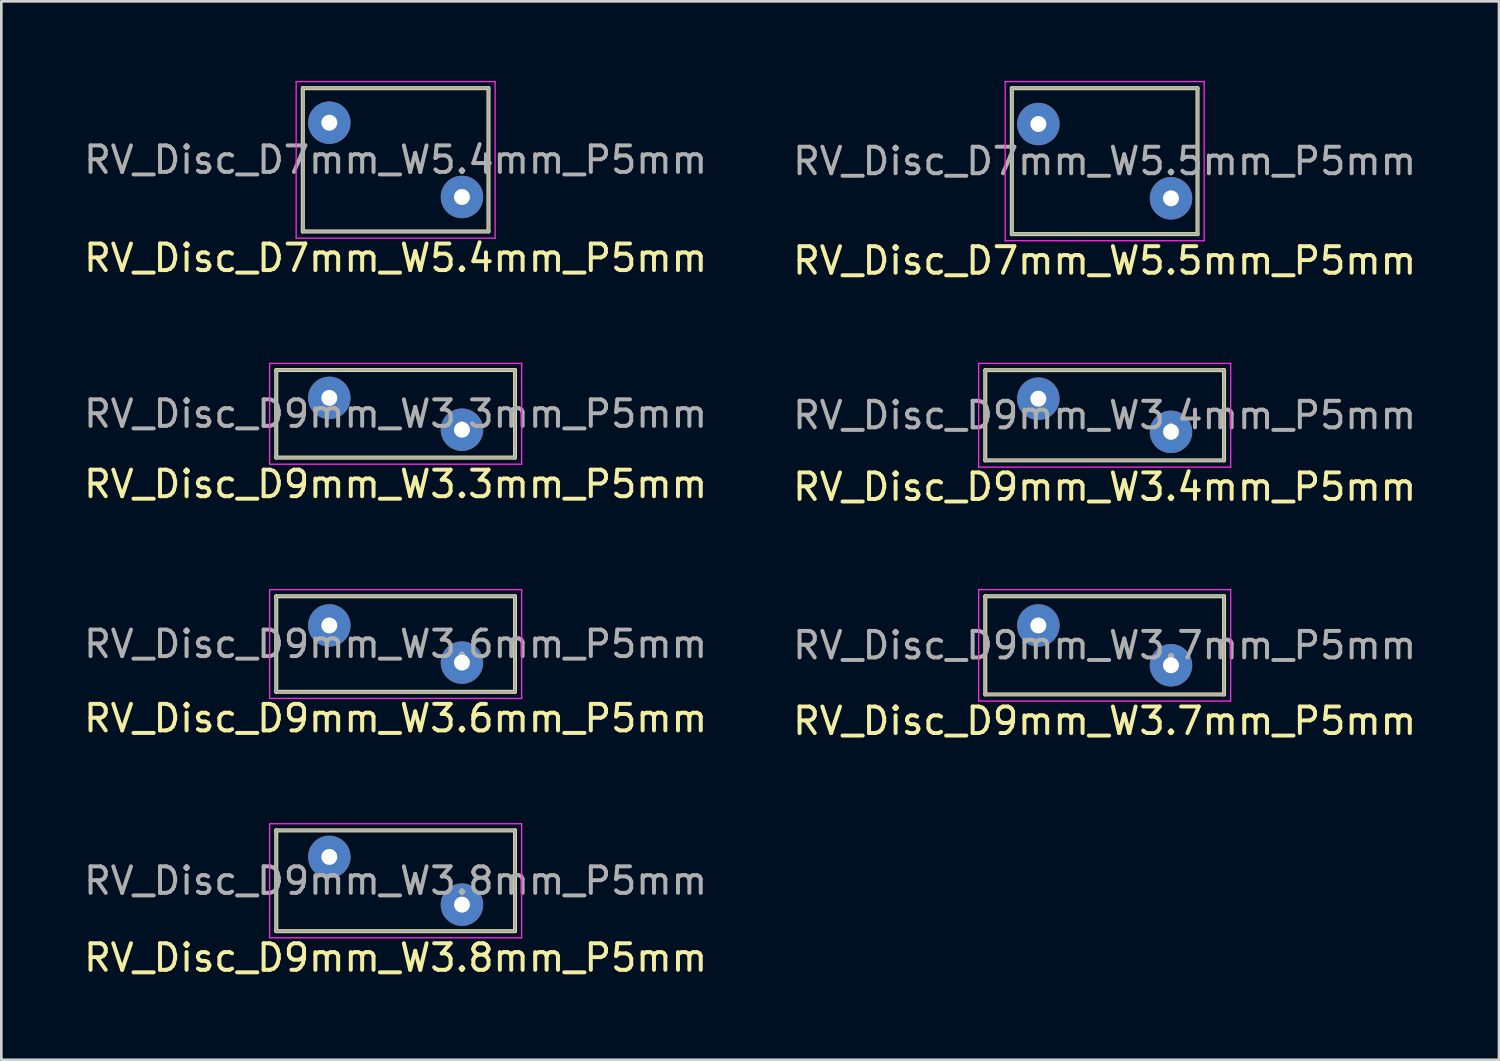
<source format=kicad_pcb>
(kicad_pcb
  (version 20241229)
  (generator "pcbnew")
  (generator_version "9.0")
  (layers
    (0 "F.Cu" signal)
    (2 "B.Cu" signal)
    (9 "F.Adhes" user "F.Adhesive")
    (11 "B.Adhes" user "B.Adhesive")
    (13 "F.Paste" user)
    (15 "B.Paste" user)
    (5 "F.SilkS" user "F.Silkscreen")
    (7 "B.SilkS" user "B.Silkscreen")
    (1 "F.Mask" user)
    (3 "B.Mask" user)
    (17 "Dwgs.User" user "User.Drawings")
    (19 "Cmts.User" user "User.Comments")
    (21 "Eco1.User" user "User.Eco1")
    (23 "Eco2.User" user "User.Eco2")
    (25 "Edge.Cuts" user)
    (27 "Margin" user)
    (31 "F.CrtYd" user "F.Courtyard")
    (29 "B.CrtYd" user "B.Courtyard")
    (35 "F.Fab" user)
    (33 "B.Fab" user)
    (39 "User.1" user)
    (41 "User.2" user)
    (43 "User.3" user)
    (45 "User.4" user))
  (footprint "RV_Disc_D9mm_W3.6mm_P5mm"
    (layer "F.Cu")
    (at 9.363 20.526)
    (property "Reference" "RV_Disc_D9mm_W3.6mm_P5mm" (at 2.5 3.5 0) (layer "F.SilkS") (effects (font (size 1 1) (thickness 0.15))))
    (attr through_hole)
    (fp_line (start -2 -1.1) (end -2 2.5) (stroke (width 0.15) (type solid)) (layer "F.SilkS"))
    (fp_line (start -2 -1.1) (end 7 -1.1) (stroke (width 0.15) (type solid)) (layer "F.SilkS"))
    (fp_line (start -2 2.5) (end 7 2.5) (stroke (width 0.15) (type solid)) (layer "F.SilkS"))
    (fp_line (start 7 -1.1) (end 7 2.5) (stroke (width 0.15) (type solid)) (layer "F.SilkS"))
    (fp_line (start -2.25 -1.35) (end -2.25 2.75) (stroke (width 0.05) (type solid)) (layer "F.CrtYd"))
    (fp_line (start -2.25 -1.35) (end 7.25 -1.35) (stroke (width 0.05) (type solid)) (layer "F.CrtYd"))
    (fp_line (start -2.25 2.75) (end 7.25 2.75) (stroke (width 0.05) (type solid)) (layer "F.CrtYd"))
    (fp_line (start 7.25 -1.35) (end 7.25 2.75) (stroke (width 0.05) (type solid)) (layer "F.CrtYd"))
    (fp_line (start -2 -1.1) (end -2 2.5) (stroke (width 0.1) (type solid)) (layer "F.Fab"))
    (fp_line (start -2 -1.1) (end 7 -1.1) (stroke (width 0.1) (type solid)) (layer "F.Fab"))
    (fp_line (start -2 2.5) (end 7 2.5) (stroke (width 0.1) (type solid)) (layer "F.Fab"))
    (fp_line (start 7 -1.1) (end 7 2.5) (stroke (width 0.1) (type solid)) (layer "F.Fab"))
    (fp_text user "${REFERENCE}" (at 2.5 0.7 0) (layer "F.Fab") (effects (font (size 1 1) (thickness 0.15))))
    (pad "1" thru_hole circle (at 0 0) (size 1.6 1.6) (drill 0.6) (layers "*.Cu" "*.Mask"))
    (pad "2" thru_hole circle (at 5 1.4) (size 1.6 1.6) (drill 0.6) (layers "*.Cu" "*.Mask")))
  (footprint "RV_Disc_D9mm_W3.8mm_P5mm"
    (layer "F.Cu")
    (at 9.363 29.25)
    (property "Reference" "RV_Disc_D9mm_W3.8mm_P5mm" (at 2.5 3.8 0) (layer "F.SilkS") (effects (font (size 1 1) (thickness 0.15))))
    (attr through_hole)
    (fp_line (start -2 -1) (end -2 2.8) (stroke (width 0.15) (type solid)) (layer "F.SilkS"))
    (fp_line (start -2 -1) (end 7 -1) (stroke (width 0.15) (type solid)) (layer "F.SilkS"))
    (fp_line (start -2 2.8) (end 7 2.8) (stroke (width 0.15) (type solid)) (layer "F.SilkS"))
    (fp_line (start 7 -1) (end 7 2.8) (stroke (width 0.15) (type solid)) (layer "F.SilkS"))
    (fp_line (start -2.25 -1.25) (end -2.25 3.05) (stroke (width 0.05) (type solid)) (layer "F.CrtYd"))
    (fp_line (start -2.25 -1.25) (end 7.25 -1.25) (stroke (width 0.05) (type solid)) (layer "F.CrtYd"))
    (fp_line (start -2.25 3.05) (end 7.25 3.05) (stroke (width 0.05) (type solid)) (layer "F.CrtYd"))
    (fp_line (start 7.25 -1.25) (end 7.25 3.05) (stroke (width 0.05) (type solid)) (layer "F.CrtYd"))
    (fp_line (start -2 -1) (end -2 2.8) (stroke (width 0.1) (type solid)) (layer "F.Fab"))
    (fp_line (start -2 -1) (end 7 -1) (stroke (width 0.1) (type solid)) (layer "F.Fab"))
    (fp_line (start -2 2.8) (end 7 2.8) (stroke (width 0.1) (type solid)) (layer "F.Fab"))
    (fp_line (start 7 -1) (end 7 2.8) (stroke (width 0.1) (type solid)) (layer "F.Fab"))
    (fp_text user "${REFERENCE}" (at 2.5 0.9 0) (layer "F.Fab") (effects (font (size 1 1) (thickness 0.15))))
    (pad "1" thru_hole circle (at 0 0) (size 1.6 1.6) (drill 0.6) (layers "*.Cu" "*.Mask"))
    (pad "2" thru_hole circle (at 5 1.8) (size 1.6 1.6) (drill 0.6) (layers "*.Cu" "*.Mask")))
  (footprint "RV_Disc_D9mm_W3.7mm_P5mm"
    (layer "F.Cu")
    (at 36.089 20.526)
    (property "Reference" "RV_Disc_D9mm_W3.7mm_P5mm" (at 2.5 3.6 0) (layer "F.SilkS") (effects (font (size 1 1) (thickness 0.15))))
    (attr through_hole)
    (fp_line (start -2 -1.1) (end -2 2.6) (stroke (width 0.15) (type solid)) (layer "F.SilkS"))
    (fp_line (start -2 -1.1) (end 7 -1.1) (stroke (width 0.15) (type solid)) (layer "F.SilkS"))
    (fp_line (start -2 2.6) (end 7 2.6) (stroke (width 0.15) (type solid)) (layer "F.SilkS"))
    (fp_line (start 7 -1.1) (end 7 2.6) (stroke (width 0.15) (type solid)) (layer "F.SilkS"))
    (fp_line (start -2.25 -1.35) (end -2.25 2.85) (stroke (width 0.05) (type solid)) (layer "F.CrtYd"))
    (fp_line (start -2.25 -1.35) (end 7.25 -1.35) (stroke (width 0.05) (type solid)) (layer "F.CrtYd"))
    (fp_line (start -2.25 2.85) (end 7.25 2.85) (stroke (width 0.05) (type solid)) (layer "F.CrtYd"))
    (fp_line (start 7.25 -1.35) (end 7.25 2.85) (stroke (width 0.05) (type solid)) (layer "F.CrtYd"))
    (fp_line (start -2 -1.1) (end -2 2.6) (stroke (width 0.1) (type solid)) (layer "F.Fab"))
    (fp_line (start -2 -1.1) (end 7 -1.1) (stroke (width 0.1) (type solid)) (layer "F.Fab"))
    (fp_line (start -2 2.6) (end 7 2.6) (stroke (width 0.1) (type solid)) (layer "F.Fab"))
    (fp_line (start 7 -1.1) (end 7 2.6) (stroke (width 0.1) (type solid)) (layer "F.Fab"))
    (fp_text user "${REFERENCE}" (at 2.5 0.75 0) (layer "F.Fab") (effects (font (size 1 1) (thickness 0.15))))
    (pad "1" thru_hole circle (at 0 0) (size 1.6 1.6) (drill 0.6) (layers "*.Cu" "*.Mask"))
    (pad "2" thru_hole circle (at 5 1.5) (size 1.6 1.6) (drill 0.6) (layers "*.Cu" "*.Mask")))
  (footprint "RV_Disc_D9mm_W3.3mm_P5mm"
    (layer "F.Cu")
    (at 9.363 11.948)
    (property "Reference" "RV_Disc_D9mm_W3.3mm_P5mm" (at 2.5 3.25 0) (layer "F.SilkS") (effects (font (size 1 1) (thickness 0.15))))
    (attr through_hole)
    (fp_line (start -2 -1.05) (end -2 2.25) (stroke (width 0.15) (type solid)) (layer "F.SilkS"))
    (fp_line (start -2 -1.05) (end 7 -1.05) (stroke (width 0.15) (type solid)) (layer "F.SilkS"))
    (fp_line (start -2 2.25) (end 7 2.25) (stroke (width 0.15) (type solid)) (layer "F.SilkS"))
    (fp_line (start 7 -1.05) (end 7 2.25) (stroke (width 0.15) (type solid)) (layer "F.SilkS"))
    (fp_line (start -2.25 -1.3) (end -2.25 2.5) (stroke (width 0.05) (type solid)) (layer "F.CrtYd"))
    (fp_line (start -2.25 -1.3) (end 7.25 -1.3) (stroke (width 0.05) (type solid)) (layer "F.CrtYd"))
    (fp_line (start -2.25 2.5) (end 7.25 2.5) (stroke (width 0.05) (type solid)) (layer "F.CrtYd"))
    (fp_line (start 7.25 -1.3) (end 7.25 2.5) (stroke (width 0.05) (type solid)) (layer "F.CrtYd"))
    (fp_line (start -2 -1.05) (end -2 2.25) (stroke (width 0.1) (type solid)) (layer "F.Fab"))
    (fp_line (start -2 -1.05) (end 7 -1.05) (stroke (width 0.1) (type solid)) (layer "F.Fab"))
    (fp_line (start -2 2.25) (end 7 2.25) (stroke (width 0.1) (type solid)) (layer "F.Fab"))
    (fp_line (start 7 -1.05) (end 7 2.25) (stroke (width 0.1) (type solid)) (layer "F.Fab"))
    (fp_text user "${REFERENCE}" (at 2.5 0.6 0) (layer "F.Fab") (effects (font (size 1 1) (thickness 0.15))))
    (pad "1" thru_hole circle (at 0 0) (size 1.6 1.6) (drill 0.6) (layers "*.Cu" "*.Mask"))
    (pad "2" thru_hole circle (at 5 1.2) (size 1.6 1.6) (drill 0.6) (layers "*.Cu" "*.Mask")))
  (footprint "RV_Disc_D7mm_W5.5mm_P5mm"
    (layer "F.Cu")
    (at 36.089 1.625)
    (property "Reference" "RV_Disc_D7mm_W5.5mm_P5mm" (at 2.5 5.15 0) (layer "F.SilkS") (effects (font (size 1 1) (thickness 0.15))))
    (attr through_hole)
    (fp_line (start -1 -1.35) (end -1 4.15) (stroke (width 0.15) (type solid)) (layer "F.SilkS"))
    (fp_line (start -1 -1.35) (end 6 -1.35) (stroke (width 0.15) (type solid)) (layer "F.SilkS"))
    (fp_line (start -1 4.15) (end 6 4.15) (stroke (width 0.15) (type solid)) (layer "F.SilkS"))
    (fp_line (start 6 -1.35) (end 6 4.15) (stroke (width 0.15) (type solid)) (layer "F.SilkS"))
    (fp_line (start -1.25 -1.6) (end -1.25 4.4) (stroke (width 0.05) (type solid)) (layer "F.CrtYd"))
    (fp_line (start -1.25 -1.6) (end 6.25 -1.6) (stroke (width 0.05) (type solid)) (layer "F.CrtYd"))
    (fp_line (start -1.25 4.4) (end 6.25 4.4) (stroke (width 0.05) (type solid)) (layer "F.CrtYd"))
    (fp_line (start 6.25 -1.6) (end 6.25 4.4) (stroke (width 0.05) (type solid)) (layer "F.CrtYd"))
    (fp_line (start -1 -1.35) (end -1 4.15) (stroke (width 0.1) (type solid)) (layer "F.Fab"))
    (fp_line (start -1 -1.35) (end 6 -1.35) (stroke (width 0.1) (type solid)) (layer "F.Fab"))
    (fp_line (start -1 4.15) (end 6 4.15) (stroke (width 0.1) (type solid)) (layer "F.Fab"))
    (fp_line (start 6 -1.35) (end 6 4.15) (stroke (width 0.1) (type solid)) (layer "F.Fab"))
    (fp_text user "${REFERENCE}" (at 2.5 1.4 0) (layer "F.Fab") (effects (font (size 1 1) (thickness 0.15))))
    (pad "1" thru_hole circle (at 0 0) (size 1.6 1.6) (drill 0.6) (layers "*.Cu" "*.Mask"))
    (pad "2" thru_hole circle (at 5 2.8) (size 1.6 1.6) (drill 0.6) (layers "*.Cu" "*.Mask")))
  (footprint "RV_Disc_D9mm_W3.4mm_P5mm"
    (layer "F.Cu")
    (at 36.089 11.978)
    (property "Reference" "RV_Disc_D9mm_W3.4mm_P5mm" (at 2.5 3.325 0) (layer "F.SilkS") (effects (font (size 1 1) (thickness 0.15))))
    (attr through_hole)
    (fp_line (start -2 -1.075) (end -2 2.325) (stroke (width 0.15) (type solid)) (layer "F.SilkS"))
    (fp_line (start -2 -1.075) (end 7 -1.075) (stroke (width 0.15) (type solid)) (layer "F.SilkS"))
    (fp_line (start -2 2.325) (end 7 2.325) (stroke (width 0.15) (type solid)) (layer "F.SilkS"))
    (fp_line (start 7 -1.075) (end 7 2.325) (stroke (width 0.15) (type solid)) (layer "F.SilkS"))
    (fp_line (start -2.25 -1.33) (end -2.25 2.58) (stroke (width 0.05) (type solid)) (layer "F.CrtYd"))
    (fp_line (start -2.25 -1.33) (end 7.25 -1.33) (stroke (width 0.05) (type solid)) (layer "F.CrtYd"))
    (fp_line (start -2.25 2.58) (end 7.25 2.58) (stroke (width 0.05) (type solid)) (layer "F.CrtYd"))
    (fp_line (start 7.25 -1.33) (end 7.25 2.58) (stroke (width 0.05) (type solid)) (layer "F.CrtYd"))
    (fp_line (start -2 -1.075) (end -2 2.325) (stroke (width 0.1) (type solid)) (layer "F.Fab"))
    (fp_line (start -2 -1.075) (end 7 -1.075) (stroke (width 0.1) (type solid)) (layer "F.Fab"))
    (fp_line (start -2 2.325) (end 7 2.325) (stroke (width 0.1) (type solid)) (layer "F.Fab"))
    (fp_line (start 7 -1.075) (end 7 2.325) (stroke (width 0.1) (type solid)) (layer "F.Fab"))
    (fp_text user "${REFERENCE}" (at 2.5 0.625 0) (layer "F.Fab") (effects (font (size 1 1) (thickness 0.15))))
    (pad "1" thru_hole circle (at 0 0) (size 1.6 1.6) (drill 0.6) (layers "*.Cu" "*.Mask"))
    (pad "2" thru_hole circle (at 5 1.25) (size 1.6 1.6) (drill 0.6) (layers "*.Cu" "*.Mask")))
  (footprint "RV_Disc_D7mm_W5.4mm_P5mm"
    (layer "F.Cu")
    (at 9.363 1.575)
    (property "Reference" "RV_Disc_D7mm_W5.4mm_P5mm" (at 2.5 5.1 0) (layer "F.SilkS") (effects (font (size 1 1) (thickness 0.15))))
    (attr through_hole)
    (fp_line (start -1 -1.3) (end -1 4.1) (stroke (width 0.15) (type solid)) (layer "F.SilkS"))
    (fp_line (start -1 -1.3) (end 6 -1.3) (stroke (width 0.15) (type solid)) (layer "F.SilkS"))
    (fp_line (start -1 4.1) (end 6 4.1) (stroke (width 0.15) (type solid)) (layer "F.SilkS"))
    (fp_line (start 6 -1.3) (end 6 4.1) (stroke (width 0.15) (type solid)) (layer "F.SilkS"))
    (fp_line (start -1.25 -1.55) (end -1.25 4.35) (stroke (width 0.05) (type solid)) (layer "F.CrtYd"))
    (fp_line (start -1.25 -1.55) (end 6.25 -1.55) (stroke (width 0.05) (type solid)) (layer "F.CrtYd"))
    (fp_line (start -1.25 4.35) (end 6.25 4.35) (stroke (width 0.05) (type solid)) (layer "F.CrtYd"))
    (fp_line (start 6.25 -1.55) (end 6.25 4.35) (stroke (width 0.05) (type solid)) (layer "F.CrtYd"))
    (fp_line (start -1 -1.3) (end -1 4.1) (stroke (width 0.1) (type solid)) (layer "F.Fab"))
    (fp_line (start -1 -1.3) (end 6 -1.3) (stroke (width 0.1) (type solid)) (layer "F.Fab"))
    (fp_line (start -1 4.1) (end 6 4.1) (stroke (width 0.1) (type solid)) (layer "F.Fab"))
    (fp_line (start 6 -1.3) (end 6 4.1) (stroke (width 0.1) (type solid)) (layer "F.Fab"))
    (fp_text user "${REFERENCE}" (at 2.5 1.4 0) (layer "F.Fab") (effects (font (size 1 1) (thickness 0.15))))
    (pad "1" thru_hole circle (at 0 0) (size 1.6 1.6) (drill 0.6) (layers "*.Cu" "*.Mask"))
    (pad "2" thru_hole circle (at 5 2.8) (size 1.6 1.6) (drill 0.6) (layers "*.Cu" "*.Mask")))
  (gr_rect
    (start -3 -3)
    (end 53.452 36.898)
    (stroke (width 0.1) (type default))
    (fill no)
    (layer "Edge.Cuts")))
</source>
